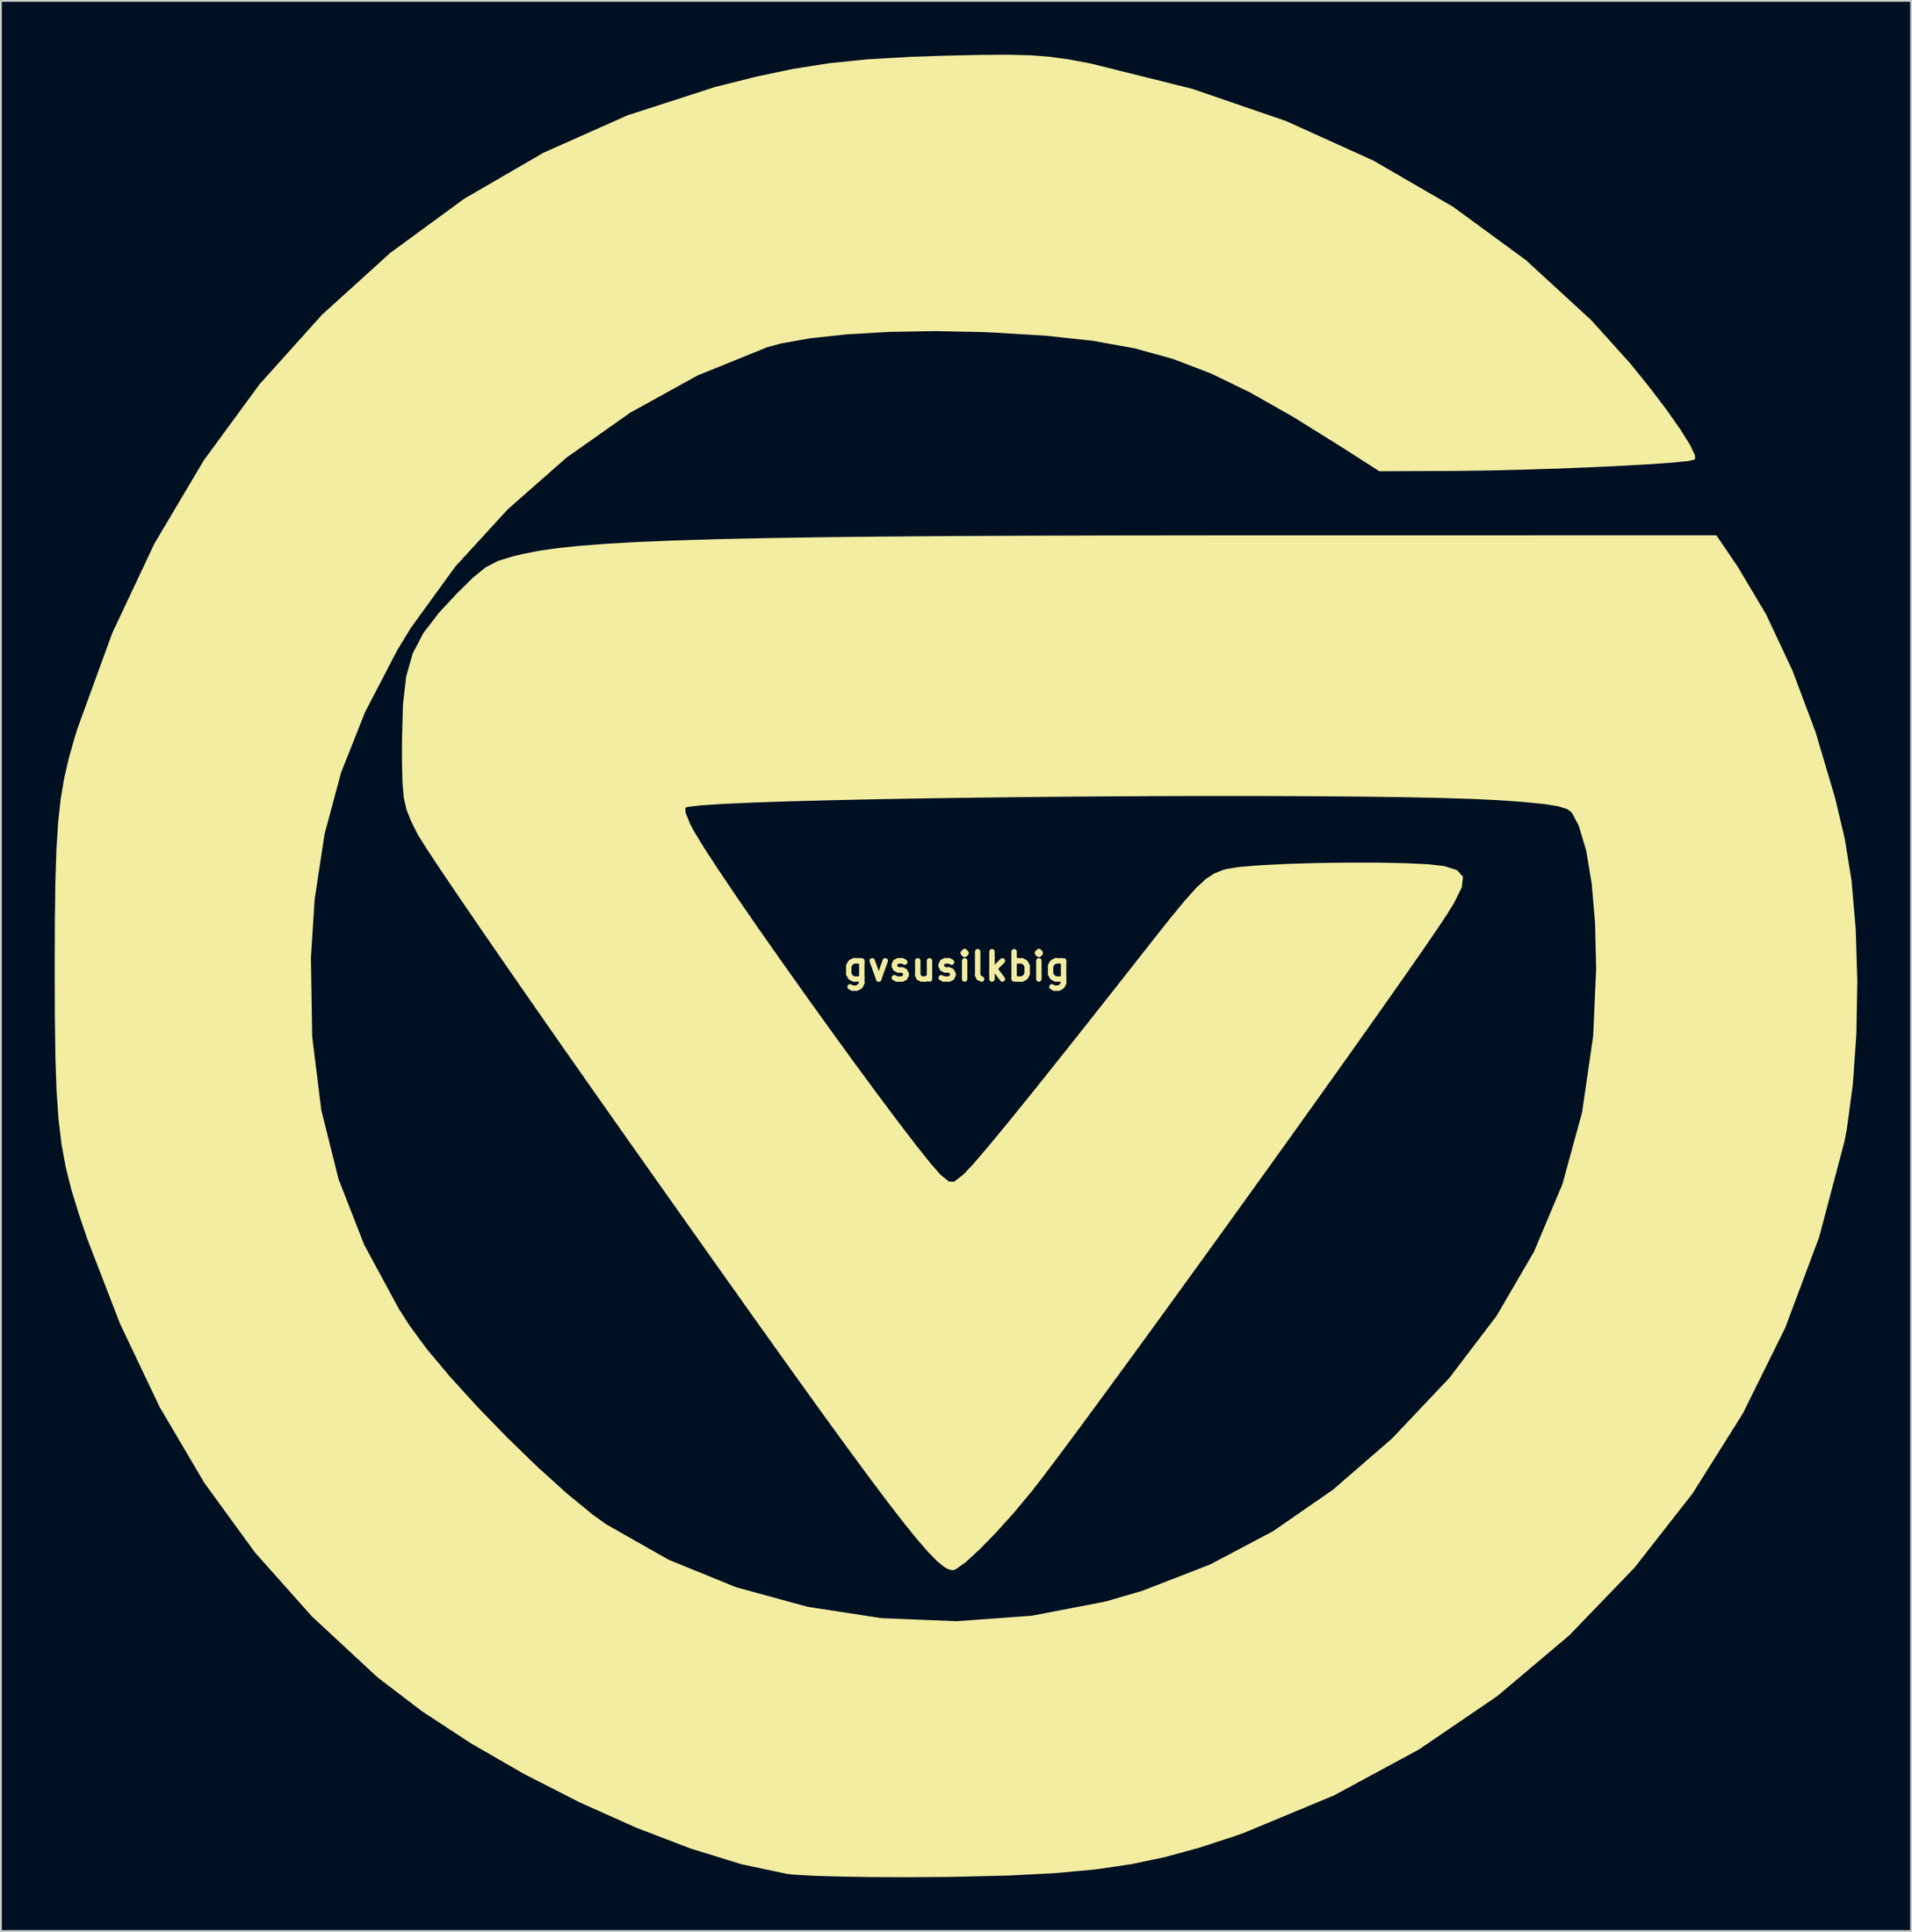
<source format=kicad_pcb>
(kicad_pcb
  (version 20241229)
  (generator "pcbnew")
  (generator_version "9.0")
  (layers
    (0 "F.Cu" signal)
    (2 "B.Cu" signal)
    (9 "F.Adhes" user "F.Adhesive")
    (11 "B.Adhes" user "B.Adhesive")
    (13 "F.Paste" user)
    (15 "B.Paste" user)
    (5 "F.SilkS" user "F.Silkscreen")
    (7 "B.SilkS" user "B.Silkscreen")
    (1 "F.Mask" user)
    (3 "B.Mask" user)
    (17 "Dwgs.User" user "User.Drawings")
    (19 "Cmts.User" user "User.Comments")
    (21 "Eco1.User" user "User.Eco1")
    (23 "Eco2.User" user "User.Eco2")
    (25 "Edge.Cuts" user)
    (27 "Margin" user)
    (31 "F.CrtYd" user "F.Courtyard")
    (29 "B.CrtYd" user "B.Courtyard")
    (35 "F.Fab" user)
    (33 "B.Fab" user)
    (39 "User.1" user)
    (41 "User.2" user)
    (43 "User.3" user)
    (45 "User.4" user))
  (footprint "gvsusilkbig"
    (layer "F.Cu")
    (at 50.286 50.818)
    (property "Reference" "gvsusilkbig" (at 0 0 0) (layer "F.SilkS") (effects (font (size 1.524 1.524) (thickness 0.3))))
    (attr through_hole)
    (fp_poly (pts (xy 50.144 0.816) (xy 50.091 3.749) (xy 49.896 6.547) (xy 49.561 9.039) (xy 49.426 9.737) (xy 48.021 15.052) (xy 46.129 20.106) (xy 43.77 24.874) (xy 40.966 29.333) (xy 37.737 33.458) (xy 34.105 37.225) (xy 30.092 40.61) (xy 25.718 43.588) (xy 21.004 46.136) (xy 15.973 48.228) (xy 15.501 48.395) (xy 13.506 49.047) (xy 11.615 49.565) (xy 9.719 49.964) (xy 7.711 50.259) (xy 5.483 50.464) (xy 2.929 50.596) (xy -0.06 50.668) (xy -0.706 50.677) (xy -2.753 50.69) (xy -4.71 50.683) (xy -6.474 50.656) (xy -7.943 50.612) (xy -9.016 50.553) (xy -9.454 50.507) (xy -11.994 49.968) (xy -14.835 49.091) (xy -17.868 47.928) (xy -20.986 46.532) (xy -24.081 44.954) (xy -27.046 43.246) (xy -29.772 41.46) (xy -32.151 39.648) (xy -32.358 39.474) (xy -35.921 36.166) (xy -39.089 32.607) (xy -41.901 28.742) (xy -44.393 24.517) (xy -46.6 19.875) (xy -48.412 15.187) (xy -48.913 13.712) (xy -49.314 12.397) (xy -49.626 11.15) (xy -49.859 9.88) (xy -50.024 8.497) (xy -50.134 6.909) (xy -50.198 5.025) (xy -50.228 2.754) (xy -50.236 0.168) (xy -50.228 -2.512) (xy -50.199 -4.714) (xy -50.141 -6.525) (xy -50.046 -8.031) (xy -49.906 -9.319) (xy -49.712 -10.475) (xy -49.456 -11.586) (xy -49.13 -12.738) (xy -48.967 -13.264) (xy -47.032 -18.575) (xy -44.683 -23.554) (xy -41.94 -28.179) (xy -38.823 -32.432) (xy -35.353 -36.292) (xy -31.549 -39.738) (xy -27.431 -42.752) (xy -23.02 -45.311) (xy -18.335 -47.397) (xy -13.467 -48.971) (xy -11.157 -49.551) (xy -9.084 -49.986) (xy -7.077 -50.299) (xy -4.965 -50.513) (xy -2.576 -50.65) (xy -0.706 -50.713) (xy 1.286 -50.758) (xy 2.84 -50.768) (xy 4.084 -50.737) (xy 5.142 -50.658) (xy 6.141 -50.523) (xy 7.209 -50.327) (xy 7.505 -50.267) (xy 13.11 -48.87) (xy 18.339 -47.073) (xy 23.185 -44.881) (xy 27.638 -42.3) (xy 31.69 -39.333) (xy 35.333 -35.985) (xy 37.483 -33.6) (xy 38.552 -32.279) (xy 39.501 -31.031) (xy 40.275 -29.931) (xy 40.825 -29.055) (xy 41.096 -28.481) (xy 41.096 -28.302) (xy 40.757 -28.226) (xy 39.941 -28.143) (xy 38.732 -28.055) (xy 37.217 -27.969) (xy 35.482 -27.886) (xy 33.613 -27.811) (xy 31.696 -27.749) (xy 29.817 -27.703) (xy 28.062 -27.677) (xy 27.517 -27.674) (xy 23.566 -27.658) (xy 21.427 -29.028) (xy 18.736 -30.702) (xy 16.356 -32.049) (xy 14.171 -33.108) (xy 12.061 -33.915) (xy 9.907 -34.509) (xy 7.592 -34.927) (xy 4.997 -35.208) (xy 2.003 -35.389) (xy 1.411 -35.414) (xy -1.226 -35.468) (xy -3.774 -35.423) (xy -6.13 -35.286) (xy -8.191 -35.066) (xy -9.853 -34.768) (xy -10.597 -34.563) (xy -14.474 -32.99) (xy -18.229 -30.917) (xy -21.785 -28.408) (xy -25.065 -25.525) (xy -27.992 -22.331) (xy -30.489 -18.89) (xy -31.248 -17.639) (xy -33.033 -14.205) (xy -34.368 -10.841) (xy -35.293 -7.404) (xy -35.848 -3.748) (xy -36.054 -0.507) (xy -35.984 3.903) (xy -35.476 8.001) (xy -34.514 11.851) (xy -33.08 15.521) (xy -31.157 19.075) (xy -30.541 20.038) (xy -29.574 21.352) (xy -28.275 22.899) (xy -26.745 24.579) (xy -25.086 26.287) (xy -23.4 27.921) (xy -21.788 29.378) (xy -20.353 30.556) (xy -19.571 31.118) (xy -16.093 33.092) (xy -12.321 34.629) (xy -8.333 35.72) (xy -4.202 36.355) (xy -0.005 36.524) (xy 4.182 36.22) (xy 8.285 35.431) (xy 10.324 34.838) (xy 14.129 33.364) (xy 17.654 31.501) (xy 20.992 29.191) (xy 24.239 26.377) (xy 24.334 26.286) (xy 27.5 22.942) (xy 30.123 19.494) (xy 32.219 15.902) (xy 33.806 12.128) (xy 34.901 8.132) (xy 35.52 3.873) (xy 35.686 0.141) (xy 35.628 -2.402) (xy 35.439 -4.627) (xy 35.132 -6.472) (xy 34.714 -7.873) (xy 34.32 -8.615) (xy 34.059 -8.82) (xy 33.561 -8.982) (xy 32.737 -9.115) (xy 31.503 -9.233) (xy 30.183 -9.327) (xy 28.797 -9.395) (xy 27.009 -9.451) (xy 24.868 -9.496) (xy 22.428 -9.528) (xy 19.74 -9.549) (xy 16.856 -9.56) (xy 13.826 -9.561) (xy 10.704 -9.552) (xy 7.541 -9.534) (xy 4.388 -9.507) (xy 1.298 -9.472) (xy -1.679 -9.43) (xy -4.49 -9.38) (xy -7.084 -9.323) (xy -9.409 -9.261) (xy -11.413 -9.192) (xy -13.045 -9.119) (xy -14.252 -9.04) (xy -14.984 -8.958) (xy -15.186 -8.897) (xy -15.168 -8.566) (xy -14.913 -7.932) (xy -14.702 -7.531) (xy -14.156 -6.634) (xy -13.354 -5.403) (xy -12.342 -3.903) (xy -11.167 -2.198) (xy -9.875 -0.355) (xy -8.514 1.563) (xy -7.131 3.49) (xy -5.772 5.361) (xy -4.484 7.11) (xy -3.314 8.673) (xy -2.308 9.985) (xy -1.515 10.979) (xy -0.98 11.592) (xy -0.88 11.688) (xy -0.455 12.026) (xy -0.133 12.033) (xy 0.317 11.684) (xy 0.467 11.547) (xy 0.949 11.037) (xy 1.767 10.082) (xy 2.919 8.686) (xy 4.402 6.853) (xy 6.21 4.587) (xy 8.342 1.894) (xy 10.778 -1.203) (xy 11.899 -2.621) (xy 12.75 -3.655) (xy 13.399 -4.376) (xy 13.916 -4.85) (xy 14.369 -5.146) (xy 14.827 -5.333) (xy 15.011 -5.387) (xy 15.727 -5.504) (xy 16.885 -5.6) (xy 18.364 -5.674) (xy 20.04 -5.725) (xy 21.793 -5.749) (xy 23.499 -5.747) (xy 25.038 -5.716) (xy 26.287 -5.655) (xy 27.123 -5.561) (xy 27.164 -5.553) (xy 27.852 -5.338) (xy 28.162 -4.995) (xy 28.099 -4.435) (xy 27.669 -3.573) (xy 27.31 -2.988) (xy 26.764 -2.162) (xy 25.922 -0.935) (xy 24.824 0.64) (xy 23.508 2.51) (xy 22.013 4.621) (xy 20.376 6.92) (xy 18.637 9.352) (xy 16.834 11.865) (xy 15.005 14.405) (xy 13.19 16.918) (xy 11.426 19.351) (xy 9.753 21.65) (xy 8.208 23.762) (xy 6.831 25.633) (xy 5.659 27.209) (xy 4.732 28.438) (xy 4.132 29.21) (xy 3.14 30.4) (xy 2.141 31.509) (xy 1.215 32.456) (xy 0.445 33.16) (xy -0.091 33.54) (xy -0.235 33.584) (xy -0.456 33.534) (xy -0.739 33.366) (xy -1.104 33.056) (xy -1.568 32.579) (xy -2.15 31.91) (xy -2.869 31.023) (xy -3.745 29.895) (xy -4.795 28.499) (xy -6.039 26.812) (xy -7.495 24.807) (xy -9.182 22.461) (xy -11.12 19.747) (xy -13.326 16.642) (xy -15.82 13.121) (xy -18.212 9.737) (xy -20.101 7.055) (xy -21.912 4.471) (xy -23.616 2.028) (xy -25.184 -0.232) (xy -26.585 -2.265) (xy -27.791 -4.029) (xy -28.771 -5.48) (xy -29.496 -6.576) (xy -29.936 -7.273) (xy -30.031 -7.44) (xy -30.387 -8.155) (xy -30.628 -8.764) (xy -30.775 -9.405) (xy -30.85 -10.215) (xy -30.876 -11.331) (xy -30.876 -12.661) (xy -30.823 -14.621) (xy -30.644 -16.164) (xy -30.285 -17.431) (xy -29.694 -18.565) (xy -28.816 -19.706) (xy -27.809 -20.784) (xy -26.929 -21.65) (xy -26.242 -22.207) (xy -25.563 -22.562) (xy -24.705 -22.824) (xy -24.056 -22.975) (xy -23.232 -23.133) (xy -22.231 -23.275) (xy -21.022 -23.401) (xy -19.578 -23.513) (xy -17.869 -23.611) (xy -15.865 -23.695) (xy -13.537 -23.767) (xy -10.856 -23.827) (xy -7.793 -23.877) (xy -4.319 -23.916) (xy -0.404 -23.945) (xy 3.981 -23.966) (xy 8.866 -23.979) (xy 14.279 -23.985) (xy 15.582 -23.985) (xy 42.312 -23.989) (xy 43.487 -22.26) (xy 45.066 -19.606) (xy 46.525 -16.5) (xy 47.821 -13.052) (xy 48.913 -9.369) (xy 49.452 -7.089) (xy 49.825 -4.773) (xy 50.055 -2.081) (xy 50.144 0.816)) (stroke (width 0.1) (type solid)) (fill yes) (layer "F.SilkS")))
  (gr_rect
    (start -3 -3)
    (end 103.48 104.558)
    (stroke (width 0.1) (type default))
    (fill no)
    (layer "Edge.Cuts")))
</source>
